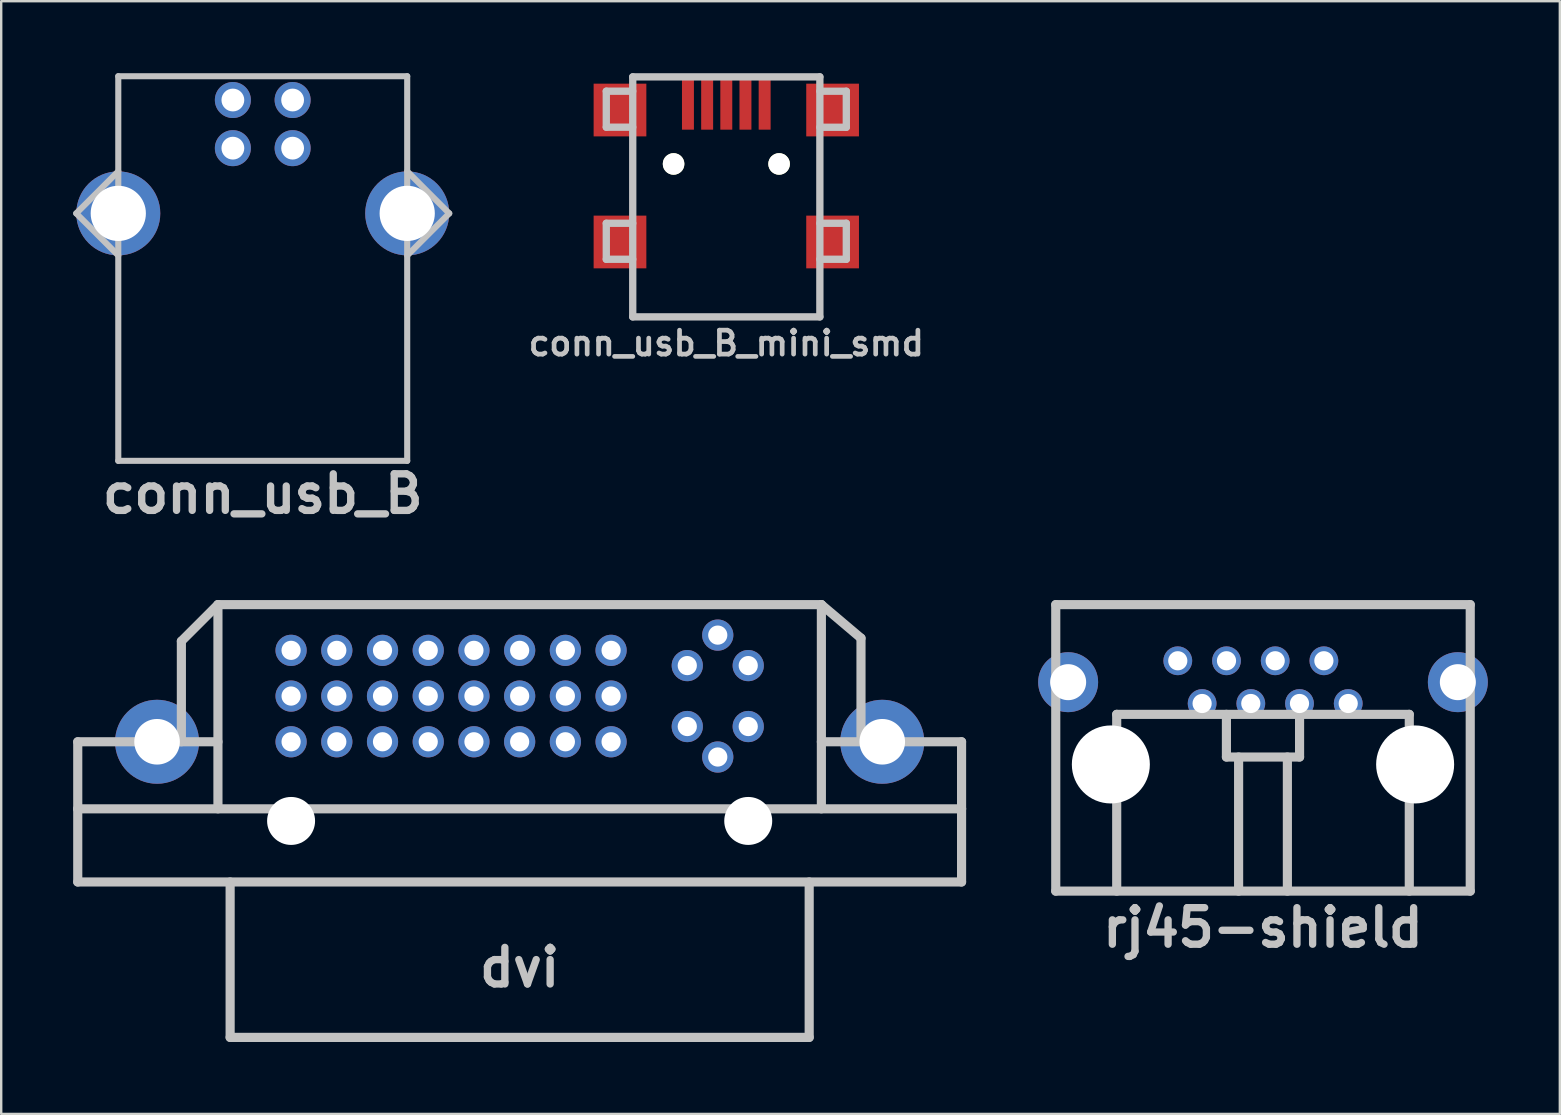
<source format=kicad_pcb>
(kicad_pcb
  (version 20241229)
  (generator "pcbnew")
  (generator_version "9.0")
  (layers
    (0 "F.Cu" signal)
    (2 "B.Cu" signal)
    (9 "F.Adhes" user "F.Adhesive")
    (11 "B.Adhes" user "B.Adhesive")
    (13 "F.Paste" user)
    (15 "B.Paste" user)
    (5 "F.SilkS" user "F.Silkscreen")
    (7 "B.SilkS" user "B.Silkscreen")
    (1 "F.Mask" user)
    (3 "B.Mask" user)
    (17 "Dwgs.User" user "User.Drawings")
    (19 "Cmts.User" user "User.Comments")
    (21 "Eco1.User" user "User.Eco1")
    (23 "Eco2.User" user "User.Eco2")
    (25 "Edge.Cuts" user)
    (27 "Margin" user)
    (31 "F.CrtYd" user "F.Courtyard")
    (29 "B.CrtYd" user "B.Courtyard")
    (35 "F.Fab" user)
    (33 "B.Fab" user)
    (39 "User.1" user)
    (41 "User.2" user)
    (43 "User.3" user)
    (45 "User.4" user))
  (footprint "conn_usb_B_mini_smd"
    (layer "F.Cu")
    (at 27.216 5.154)
    (property "Reference" "conn_usb_B_mini_smd" (at 0 6.101 0) (layer "Dwgs.User") (effects (font (size 0.998 0.998) (thickness 0.196))))
    (attr through_hole)
    (fp_line (start -5.001 -4.404) (end -5.001 -2.903) (stroke (width 0.305) (type solid)) (layer "Dwgs.User"))
    (fp_line (start -5.001 -2.903) (end -3.899 -2.903) (stroke (width 0.305) (type solid)) (layer "Dwgs.User"))
    (fp_line (start -5.001 1.1) (end -5.001 2.601) (stroke (width 0.305) (type solid)) (layer "Dwgs.User"))
    (fp_line (start -5.001 2.601) (end -3.899 2.601) (stroke (width 0.305) (type solid)) (layer "Dwgs.User"))
    (fp_line (start -3.899 -5.001) (end -3.899 5.001) (stroke (width 0.305) (type solid)) (layer "Dwgs.User"))
    (fp_line (start -3.899 -4.404) (end -5.001 -4.404) (stroke (width 0.305) (type solid)) (layer "Dwgs.User"))
    (fp_line (start -3.899 1.1) (end -5.001 1.1) (stroke (width 0.305) (type solid)) (layer "Dwgs.User"))
    (fp_line (start -3.899 5.001) (end 3.899 5.001) (stroke (width 0.305) (type solid)) (layer "Dwgs.User"))
    (fp_line (start 3.899 -5.001) (end -3.899 -5.001) (stroke (width 0.305) (type solid)) (layer "Dwgs.User"))
    (fp_line (start 3.899 -4.402) (end 5.001 -4.402) (stroke (width 0.305) (type solid)) (layer "Dwgs.User"))
    (fp_line (start 3.899 1.1) (end 5.001 1.1) (stroke (width 0.305) (type solid)) (layer "Dwgs.User"))
    (fp_line (start 3.899 5.001) (end 3.899 -5.001) (stroke (width 0.305) (type solid)) (layer "Dwgs.User"))
    (fp_line (start 5.001 -4.402) (end 5.001 -2.901) (stroke (width 0.305) (type solid)) (layer "Dwgs.User"))
    (fp_line (start 5.001 -2.901) (end 3.899 -2.901) (stroke (width 0.305) (type solid)) (layer "Dwgs.User"))
    (fp_line (start 5.001 1.1) (end 5.001 2.601) (stroke (width 0.305) (type solid)) (layer "Dwgs.User"))
    (fp_line (start 5.001 2.601) (end 3.899 2.601) (stroke (width 0.305) (type solid)) (layer "Dwgs.User"))
    (pad "" smd rect (at -4.43 -3.619) (size 2.197 2.197) (layers "F.Cu" "F.Mask" "F.Paste"))
    (pad "" smd rect (at -4.43 1.88) (size 2.197 2.197) (layers "F.Cu" "F.Mask" "F.Paste"))
    (pad "" np_thru_hole circle (at -2.197 -1.372) (size 0.899 0.899) (drill 0.899) (layers "*.Cu" "*.Mask" "F.SilkS"))
    (pad "" np_thru_hole circle (at 2.2 -1.372) (size 0.899 0.899) (drill 0.899) (layers "*.Cu" "*.Mask" "F.SilkS"))
    (pad "" smd rect (at 4.43 -3.619) (size 2.197 2.197) (layers "F.Cu" "F.Mask" "F.Paste"))
    (pad "" smd rect (at 4.43 1.88) (size 2.197 2.197) (layers "F.Cu" "F.Mask" "F.Paste"))
    (pad "1" smd rect (at -1.598 -3.899) (size 0.498 2.197) (layers "F.Cu" "F.Mask" "F.Paste"))
    (pad "2" smd rect (at -0.798 -3.899) (size 0.498 2.197) (layers "F.Cu" "F.Mask" "F.Paste"))
    (pad "3" smd rect (at 0 -3.899) (size 0.498 2.197) (layers "F.Cu" "F.Mask" "F.Paste"))
    (pad "4" smd rect (at 0.798 -3.899) (size 0.498 2.197) (layers "F.Cu" "F.Mask" "F.Paste"))
    (pad "5" smd rect (at 1.598 -3.899) (size 0.498 2.197) (layers "F.Cu" "F.Mask" "F.Paste")))
  (footprint "rj45-shield"
    (layer "F.Cu")
    (at 49.581 28.75)
    (property "Reference" "rj45-shield" (at 0 6.858 0) (layer "Dwgs.User") (effects (font (size 1.524 1.524) (thickness 0.305))))
    (attr through_hole)
    (fp_line (start -8.636 -6.604) (end -8.636 5.334) (stroke (width 0.381) (type solid)) (layer "Dwgs.User"))
    (fp_line (start -8.636 -6.604) (end 8.636 -6.604) (stroke (width 0.381) (type solid)) (layer "Dwgs.User"))
    (fp_line (start -6.096 -2.032) (end 6.096 -2.032) (stroke (width 0.381) (type solid)) (layer "Dwgs.User"))
    (fp_line (start -6.096 5.334) (end -6.096 -2.032) (stroke (width 0.381) (type solid)) (layer "Dwgs.User"))
    (fp_line (start -1.524 -0.254) (end -1.524 -2.032) (stroke (width 0.381) (type solid)) (layer "Dwgs.User"))
    (fp_line (start -1.016 5.334) (end -1.016 -0.254) (stroke (width 0.381) (type solid)) (layer "Dwgs.User"))
    (fp_line (start 1.016 -0.254) (end 1.016 5.334) (stroke (width 0.381) (type solid)) (layer "Dwgs.User"))
    (fp_line (start 1.524 -2.032) (end 1.524 -0.254) (stroke (width 0.381) (type solid)) (layer "Dwgs.User"))
    (fp_line (start 1.524 -0.254) (end -1.524 -0.254) (stroke (width 0.381) (type solid)) (layer "Dwgs.User"))
    (fp_line (start 6.096 -2.032) (end 6.096 5.334) (stroke (width 0.381) (type solid)) (layer "Dwgs.User"))
    (fp_line (start 8.636 5.334) (end -8.636 5.334) (stroke (width 0.381) (type solid)) (layer "Dwgs.User"))
    (fp_line (start 8.636 5.334) (end 8.636 -6.604) (stroke (width 0.381) (type solid)) (layer "Dwgs.User"))
    (pad "" thru_hole circle (at -8.12 -3.373) (size 2.499 2.499) (drill 1.501) (layers "*.Cu" "*.Mask"))
    (pad "" np_thru_hole circle (at -6.34 0.056) (size 3.251 3.251) (drill 3.251) (layers "*.Cu"))
    (pad "" np_thru_hole circle (at 6.34 0.056) (size 3.251 3.251) (drill 3.251) (layers "*.Cu"))
    (pad "" thru_hole circle (at 8.12 -3.373) (size 2.499 2.499) (drill 1.501) (layers "*.Cu" "*.Mask"))
    (pad "1" thru_hole circle (at 3.551 -2.484) (size 1.199 1.199) (drill 0.8) (layers "*.Cu" "*.Mask"))
    (pad "2" thru_hole circle (at 2.537 -4.265) (size 1.199 1.199) (drill 0.8) (layers "*.Cu" "*.Mask"))
    (pad "3" thru_hole circle (at 1.521 -2.484) (size 1.199 1.199) (drill 0.8) (layers "*.Cu" "*.Mask"))
    (pad "4" thru_hole circle (at 0.508 -4.265) (size 1.199 1.199) (drill 0.8) (layers "*.Cu" "*.Mask"))
    (pad "5" thru_hole circle (at -0.508 -2.484) (size 1.199 1.199) (drill 0.8) (layers "*.Cu" "*.Mask"))
    (pad "6" thru_hole circle (at -1.521 -4.265) (size 1.199 1.199) (drill 0.8) (layers "*.Cu" "*.Mask"))
    (pad "7" thru_hole circle (at -2.537 -2.484) (size 1.199 1.199) (drill 0.8) (layers "*.Cu" "*.Mask"))
    (pad "8" thru_hole circle (at -3.551 -4.265) (size 1.199 1.199) (drill 0.8) (layers "*.Cu" "*.Mask")))
  (footprint "dvi"
    (layer "F.Cu")
    (at 18.605 31.163)
    (property "Reference" "dvi" (at 0 6.101 0) (layer "Dwgs.User") (effects (font (size 1.524 1.524) (thickness 0.305))))
    (attr through_hole)
    (fp_line (start -18.415 -3.302) (end -12.573 -3.302) (stroke (width 0.381) (type solid)) (layer "Dwgs.User"))
    (fp_line (start -18.415 -0.508) (end -18.415 -3.302) (stroke (width 0.381) (type solid)) (layer "Dwgs.User"))
    (fp_line (start -18.415 -0.508) (end -18.415 2.54) (stroke (width 0.381) (type solid)) (layer "Dwgs.User"))
    (fp_line (start -18.415 -0.508) (end 18.415 -0.508) (stroke (width 0.381) (type solid)) (layer "Dwgs.User"))
    (fp_line (start -18.415 2.54) (end 18.415 2.54) (stroke (width 0.381) (type solid)) (layer "Dwgs.User"))
    (fp_line (start -14.097 -7.493) (end -14.097 -3.302) (stroke (width 0.381) (type solid)) (layer "Dwgs.User"))
    (fp_line (start -12.573 -9.017) (end -14.097 -7.493) (stroke (width 0.381) (type solid)) (layer "Dwgs.User"))
    (fp_line (start -12.573 -9.017) (end -12.573 -0.508) (stroke (width 0.381) (type solid)) (layer "Dwgs.User"))
    (fp_line (start -12.573 -9.017) (end 12.573 -9.017) (stroke (width 0.381) (type solid)) (layer "Dwgs.User"))
    (fp_line (start -12.065 9.017) (end -12.065 2.54) (stroke (width 0.381) (type solid)) (layer "Dwgs.User"))
    (fp_line (start -12.065 9.017) (end 12.065 9.017) (stroke (width 0.381) (type solid)) (layer "Dwgs.User"))
    (fp_line (start 12.065 9.017) (end 12.065 2.54) (stroke (width 0.381) (type solid)) (layer "Dwgs.User"))
    (fp_line (start 12.573 -9.017) (end 12.573 -0.508) (stroke (width 0.381) (type solid)) (layer "Dwgs.User"))
    (fp_line (start 12.573 -9.017) (end 14.224 -7.62) (stroke (width 0.381) (type solid)) (layer "Dwgs.User"))
    (fp_line (start 14.224 -7.62) (end 14.224 -3.302) (stroke (width 0.381) (type solid)) (layer "Dwgs.User"))
    (fp_line (start 18.415 -3.302) (end 12.573 -3.302) (stroke (width 0.381) (type solid)) (layer "Dwgs.User"))
    (fp_line (start 18.415 -0.508) (end 18.415 -3.302) (stroke (width 0.381) (type solid)) (layer "Dwgs.User"))
    (fp_line (start 18.415 -0.508) (end 18.415 2.54) (stroke (width 0.381) (type solid)) (layer "Dwgs.User"))
    (pad "" thru_hole circle (at -15.11 -3.302) (size 3.5 3.5) (drill 1.9) (layers "*.Cu" "*.Mask"))
    (pad "" np_thru_hole circle (at -9.525 -0.003) (size 1.999 1.999) (drill 1.999) (layers "*.Cu"))
    (pad "" np_thru_hole circle (at 9.525 -0.003) (size 1.999 1.999) (drill 1.999) (layers "*.Cu"))
    (pad "" thru_hole circle (at 15.11 -3.302) (size 3.5 3.5) (drill 1.9) (layers "*.Cu" "*.Mask"))
    (pad "1" thru_hole circle (at -9.525 -7.112) (size 1.3 1.3) (drill 0.8) (layers "*.Cu" "*.Mask"))
    (pad "2" thru_hole circle (at -7.62 -7.112) (size 1.3 1.3) (drill 0.8) (layers "*.Cu" "*.Mask"))
    (pad "3" thru_hole circle (at -5.715 -7.112) (size 1.3 1.3) (drill 0.8) (layers "*.Cu" "*.Mask"))
    (pad "4" thru_hole circle (at -3.81 -7.112) (size 1.3 1.3) (drill 0.8) (layers "*.Cu" "*.Mask"))
    (pad "5" thru_hole circle (at -1.905 -7.112) (size 1.3 1.3) (drill 0.8) (layers "*.Cu" "*.Mask"))
    (pad "6" thru_hole circle (at 0 -7.112) (size 1.3 1.3) (drill 0.8) (layers "*.Cu" "*.Mask"))
    (pad "7" thru_hole circle (at 1.905 -7.112) (size 1.3 1.3) (drill 0.8) (layers "*.Cu" "*.Mask"))
    (pad "8" thru_hole circle (at 3.81 -7.112) (size 1.3 1.3) (drill 0.8) (layers "*.Cu" "*.Mask"))
    (pad "9" thru_hole circle (at -9.525 -5.207) (size 1.3 1.3) (drill 0.8) (layers "*.Cu" "*.Mask"))
    (pad "10" thru_hole circle (at -7.62 -5.207) (size 1.3 1.3) (drill 0.8) (layers "*.Cu" "*.Mask"))
    (pad "11" thru_hole circle (at -5.715 -5.207) (size 1.3 1.3) (drill 0.8) (layers "*.Cu" "*.Mask"))
    (pad "12" thru_hole circle (at -3.81 -5.207) (size 1.3 1.3) (drill 0.8) (layers "*.Cu" "*.Mask"))
    (pad "13" thru_hole circle (at -1.905 -5.207) (size 1.3 1.3) (drill 0.8) (layers "*.Cu" "*.Mask"))
    (pad "14" thru_hole circle (at 0 -5.207) (size 1.3 1.3) (drill 0.8) (layers "*.Cu" "*.Mask"))
    (pad "15" thru_hole circle (at 1.905 -5.207) (size 1.3 1.3) (drill 0.8) (layers "*.Cu" "*.Mask"))
    (pad "16" thru_hole circle (at 3.81 -5.207) (size 1.3 1.3) (drill 0.8) (layers "*.Cu" "*.Mask"))
    (pad "17" thru_hole circle (at -9.525 -3.302) (size 1.3 1.3) (drill 0.8) (layers "*.Cu" "*.Mask"))
    (pad "18" thru_hole circle (at -7.62 -3.302) (size 1.3 1.3) (drill 0.8) (layers "*.Cu" "*.Mask"))
    (pad "19" thru_hole circle (at -5.715 -3.302) (size 1.3 1.3) (drill 0.8) (layers "*.Cu" "*.Mask"))
    (pad "20" thru_hole circle (at -3.81 -3.302) (size 1.3 1.3) (drill 0.8) (layers "*.Cu" "*.Mask"))
    (pad "21" thru_hole circle (at -1.905 -3.302) (size 1.3 1.3) (drill 0.8) (layers "*.Cu" "*.Mask"))
    (pad "22" thru_hole circle (at 0 -3.302) (size 1.3 1.3) (drill 0.8) (layers "*.Cu" "*.Mask"))
    (pad "23" thru_hole circle (at 1.905 -3.302) (size 1.3 1.3) (drill 0.8) (layers "*.Cu" "*.Mask"))
    (pad "24" thru_hole circle (at 3.81 -3.302) (size 1.3 1.3) (drill 0.8) (layers "*.Cu" "*.Mask"))
    (pad "C1" thru_hole circle (at 6.985 -6.477) (size 1.3 1.3) (drill 0.8) (layers "*.Cu" "*.Mask"))
    (pad "C2" thru_hole circle (at 9.525 -6.477) (size 1.3 1.3) (drill 0.8) (layers "*.Cu" "*.Mask"))
    (pad "C3" thru_hole circle (at 6.985 -3.937) (size 1.3 1.3) (drill 0.8) (layers "*.Cu" "*.Mask"))
    (pad "C4" thru_hole circle (at 9.525 -3.937) (size 1.3 1.3) (drill 0.8) (layers "*.Cu" "*.Mask"))
    (pad "C5" thru_hole circle (at 8.255 -7.747) (size 1.3 1.3) (drill 0.8) (layers "*.Cu" "*.Mask"))
    (pad "C5" thru_hole circle (at 8.255 -2.667) (size 1.3 1.3) (drill 0.8) (layers "*.Cu" "*.Mask")))
  (footprint "conn_usb_B"
    (layer "F.Cu")
    (at 7.899 8.128)
    (property "Reference" "conn_usb_B" (at 0 9.401 0) (layer "Dwgs.User") (effects (font (size 1.524 1.524) (thickness 0.305))))
    (attr through_hole)
    (fp_line (start -7.772 -2.286) (end -6.02 -0.533) (stroke (width 0.254) (type solid)) (layer "Dwgs.User"))
    (fp_line (start -6.02 -8.001) (end -6.02 -2.286) (stroke (width 0.254) (type solid)) (layer "Dwgs.User"))
    (fp_line (start -6.02 -4.039) (end -7.772 -2.286) (stroke (width 0.254) (type solid)) (layer "Dwgs.User"))
    (fp_line (start -6.02 -2.286) (end -6.02 8.026) (stroke (width 0.254) (type solid)) (layer "Dwgs.User"))
    (fp_line (start -6.02 8.026) (end 6.02 8.026) (stroke (width 0.254) (type solid)) (layer "Dwgs.User"))
    (fp_line (start 6.02 -8.001) (end -6.02 -8.001) (stroke (width 0.254) (type solid)) (layer "Dwgs.User"))
    (fp_line (start 6.02 -4.039) (end 7.772 -2.286) (stroke (width 0.254) (type solid)) (layer "Dwgs.User"))
    (fp_line (start 6.02 -2.286) (end 6.02 -8.001) (stroke (width 0.254) (type solid)) (layer "Dwgs.User"))
    (fp_line (start 6.02 8.026) (end 6.02 -2.286) (stroke (width 0.254) (type solid)) (layer "Dwgs.User"))
    (fp_line (start 7.772 -2.286) (end 6.02 -0.533) (stroke (width 0.254) (type solid)) (layer "Dwgs.User"))
    (pad "" thru_hole circle (at -6.02 -2.286) (size 3.5 3.5) (drill 2.301) (layers "*.Cu" "*.Mask"))
    (pad "" thru_hole circle (at 6.02 -2.286) (size 3.5 3.5) (drill 2.301) (layers "*.Cu" "*.Mask"))
    (pad "1" thru_hole circle (at 1.245 -7.01) (size 1.501 1.501) (drill 0.95) (layers "*.Cu" "*.Mask"))
    (pad "2" thru_hole circle (at -1.245 -7.01) (size 1.501 1.501) (drill 0.95) (layers "*.Cu" "*.Mask"))
    (pad "3" thru_hole circle (at -1.245 -5.004) (size 1.501 1.501) (drill 0.95) (layers "*.Cu" "*.Mask"))
    (pad "4" thru_hole circle (at 1.245 -5.004) (size 1.501 1.501) (drill 0.95) (layers "*.Cu" "*.Mask")))
  (gr_rect
    (start -3 -3)
    (end 61.951 43.37)
    (stroke (width 0.1) (type default))
    (fill no)
    (layer "Edge.Cuts")))
</source>
